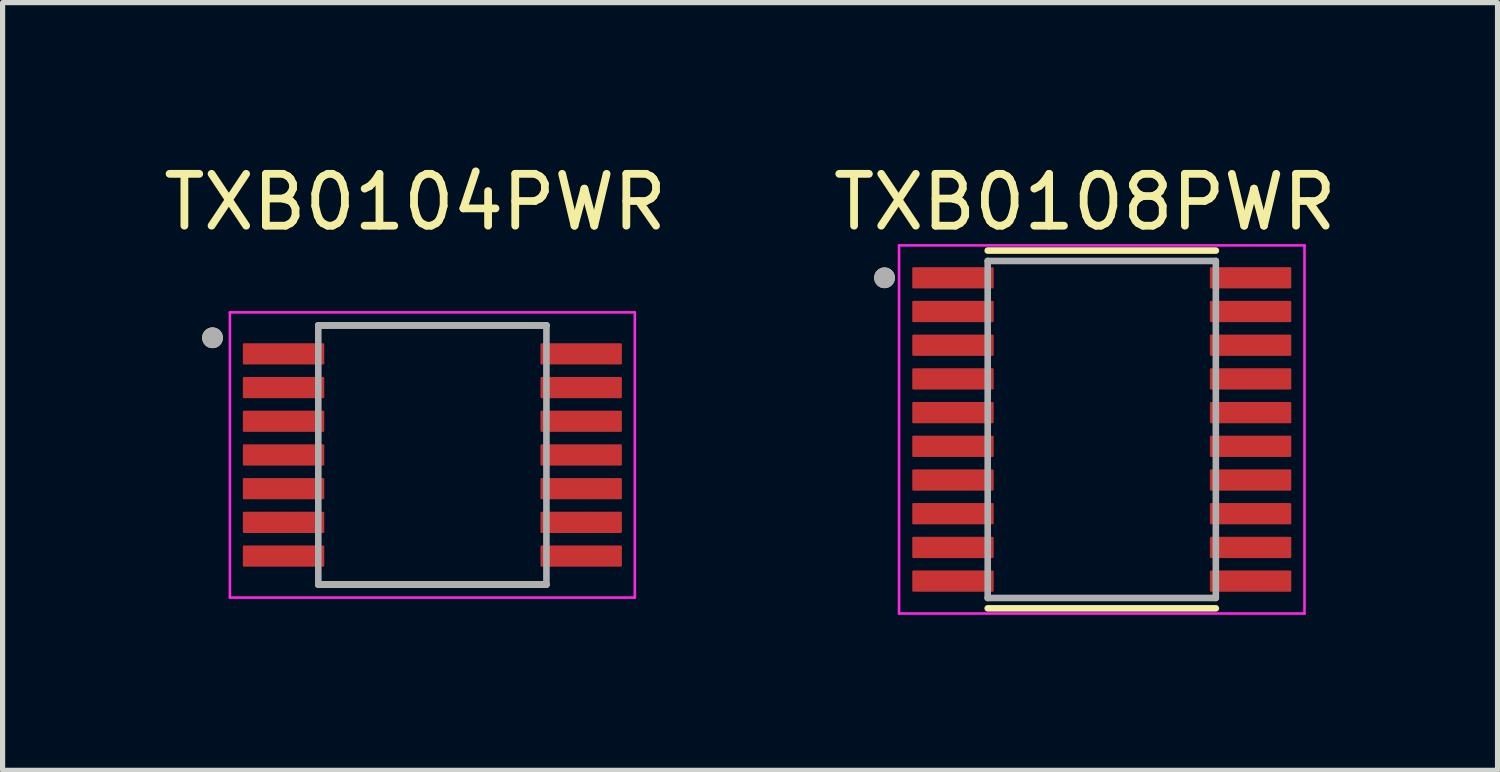
<source format=kicad_pcb>
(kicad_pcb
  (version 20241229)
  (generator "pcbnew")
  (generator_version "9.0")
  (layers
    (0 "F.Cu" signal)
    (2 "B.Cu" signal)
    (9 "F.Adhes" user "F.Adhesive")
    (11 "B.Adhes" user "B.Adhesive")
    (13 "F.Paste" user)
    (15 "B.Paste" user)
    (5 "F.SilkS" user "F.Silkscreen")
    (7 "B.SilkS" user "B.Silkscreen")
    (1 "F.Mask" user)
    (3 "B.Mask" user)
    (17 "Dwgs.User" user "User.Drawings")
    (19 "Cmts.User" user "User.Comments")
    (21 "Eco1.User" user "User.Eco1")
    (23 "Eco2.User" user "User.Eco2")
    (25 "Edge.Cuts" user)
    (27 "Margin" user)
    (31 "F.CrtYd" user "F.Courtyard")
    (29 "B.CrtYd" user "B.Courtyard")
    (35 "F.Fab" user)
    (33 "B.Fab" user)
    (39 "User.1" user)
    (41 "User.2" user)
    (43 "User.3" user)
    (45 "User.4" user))
  (footprint "TXB0108PWR"
    (layer "F.Cu")
    (at 18.2 5.233)
    (property "Reference" "TXB0108PWR" (at -0.325 -4.385 0) (layer "F.SilkS") (effects (font (size 1 1) (thickness 0.15))))
    (attr smd)
    (fp_line (start -2.2 -3.45) (end 2.2 -3.45) (stroke (width 0.127) (type solid)) (layer "F.SilkS"))
    (fp_line (start -2.2 3.45) (end 2.2 3.45) (stroke (width 0.127) (type solid)) (layer "F.SilkS"))
    (fp_circle (center -4.19 -2.925) (end -4.09 -2.925) (stroke (width 0.2) (type solid)) (fill no) (layer "F.SilkS"))
    (fp_line (start -3.91 -3.55) (end -3.91 3.55) (stroke (width 0.05) (type solid)) (layer "F.CrtYd"))
    (fp_line (start -3.91 -3.55) (end 3.91 -3.55) (stroke (width 0.05) (type solid)) (layer "F.CrtYd"))
    (fp_line (start -3.91 3.55) (end 3.91 3.55) (stroke (width 0.05) (type solid)) (layer "F.CrtYd"))
    (fp_line (start 3.91 -3.55) (end 3.91 3.55) (stroke (width 0.05) (type solid)) (layer "F.CrtYd"))
    (fp_line (start -2.2 -3.25) (end -2.2 3.25) (stroke (width 0.127) (type solid)) (layer "F.Fab"))
    (fp_line (start -2.2 -3.25) (end 2.2 -3.25) (stroke (width 0.127) (type solid)) (layer "F.Fab"))
    (fp_line (start -2.2 3.25) (end 2.2 3.25) (stroke (width 0.127) (type solid)) (layer "F.Fab"))
    (fp_line (start 2.2 -3.25) (end 2.2 3.25) (stroke (width 0.127) (type solid)) (layer "F.Fab"))
    (fp_circle (center -4.19 -2.925) (end -4.09 -2.925) (stroke (width 0.2) (type solid)) (fill no) (layer "F.Fab"))
    (pad "1" smd roundrect (at -2.87 -2.925) (size 1.57 0.41) (layers "F.Cu" "F.Mask" "F.Paste") (roundrect_rratio 0.05))
    (pad "2" smd roundrect (at -2.87 -2.275) (size 1.57 0.41) (layers "F.Cu" "F.Mask" "F.Paste") (roundrect_rratio 0.05))
    (pad "3" smd roundrect (at -2.87 -1.625) (size 1.57 0.41) (layers "F.Cu" "F.Mask" "F.Paste") (roundrect_rratio 0.05))
    (pad "4" smd roundrect (at -2.87 -0.975) (size 1.57 0.41) (layers "F.Cu" "F.Mask" "F.Paste") (roundrect_rratio 0.05))
    (pad "5" smd roundrect (at -2.87 -0.325) (size 1.57 0.41) (layers "F.Cu" "F.Mask" "F.Paste") (roundrect_rratio 0.05))
    (pad "6" smd roundrect (at -2.87 0.325) (size 1.57 0.41) (layers "F.Cu" "F.Mask" "F.Paste") (roundrect_rratio 0.05))
    (pad "7" smd roundrect (at -2.87 0.975) (size 1.57 0.41) (layers "F.Cu" "F.Mask" "F.Paste") (roundrect_rratio 0.05))
    (pad "8" smd roundrect (at -2.87 1.625) (size 1.57 0.41) (layers "F.Cu" "F.Mask" "F.Paste") (roundrect_rratio 0.05))
    (pad "9" smd roundrect (at -2.87 2.275) (size 1.57 0.41) (layers "F.Cu" "F.Mask" "F.Paste") (roundrect_rratio 0.05))
    (pad "10" smd roundrect (at -2.87 2.925) (size 1.57 0.41) (layers "F.Cu" "F.Mask" "F.Paste") (roundrect_rratio 0.05))
    (pad "11" smd roundrect (at 2.87 2.925) (size 1.57 0.41) (layers "F.Cu" "F.Mask" "F.Paste") (roundrect_rratio 0.05))
    (pad "12" smd roundrect (at 2.87 2.275) (size 1.57 0.41) (layers "F.Cu" "F.Mask" "F.Paste") (roundrect_rratio 0.05))
    (pad "13" smd roundrect (at 2.87 1.625) (size 1.57 0.41) (layers "F.Cu" "F.Mask" "F.Paste") (roundrect_rratio 0.05))
    (pad "14" smd roundrect (at 2.87 0.975) (size 1.57 0.41) (layers "F.Cu" "F.Mask" "F.Paste") (roundrect_rratio 0.05))
    (pad "15" smd roundrect (at 2.87 0.325) (size 1.57 0.41) (layers "F.Cu" "F.Mask" "F.Paste") (roundrect_rratio 0.05))
    (pad "16" smd roundrect (at 2.87 -0.325) (size 1.57 0.41) (layers "F.Cu" "F.Mask" "F.Paste") (roundrect_rratio 0.05))
    (pad "17" smd roundrect (at 2.87 -0.975) (size 1.57 0.41) (layers "F.Cu" "F.Mask" "F.Paste") (roundrect_rratio 0.05))
    (pad "18" smd roundrect (at 2.87 -1.625) (size 1.57 0.41) (layers "F.Cu" "F.Mask" "F.Paste") (roundrect_rratio 0.05))
    (pad "19" smd roundrect (at 2.87 -2.275) (size 1.57 0.41) (layers "F.Cu" "F.Mask" "F.Paste") (roundrect_rratio 0.05))
    (pad "20" smd roundrect (at 2.87 -2.925) (size 1.57 0.41) (layers "F.Cu" "F.Mask" "F.Paste") (roundrect_rratio 0.05)))
  (footprint "TXB0104PWR"
    (layer "F.Cu")
    (at 5.289 5.725)
    (property "Reference" "TXB0104PWR" (at -0.33 -4.877 0) (layer "F.SilkS") (effects (font (size 1 1) (thickness 0.15))))
    (attr smd)
    (fp_line (start -2.2 -2.5) (end 2.2 -2.5) (stroke (width 0.127) (type solid)) (layer "F.SilkS"))
    (fp_line (start -2.2 2.5) (end 2.2 2.5) (stroke (width 0.127) (type solid)) (layer "F.SilkS"))
    (fp_circle (center -4.24 -2.26) (end -4.14 -2.26) (stroke (width 0.2) (type solid)) (fill no) (layer "F.SilkS"))
    (fp_line (start -3.905 -2.75) (end -3.905 2.75) (stroke (width 0.05) (type solid)) (layer "F.CrtYd"))
    (fp_line (start -3.905 -2.75) (end 3.905 -2.75) (stroke (width 0.05) (type solid)) (layer "F.CrtYd"))
    (fp_line (start -3.905 2.75) (end 3.905 2.75) (stroke (width 0.05) (type solid)) (layer "F.CrtYd"))
    (fp_line (start 3.905 -2.75) (end 3.905 2.75) (stroke (width 0.05) (type solid)) (layer "F.CrtYd"))
    (fp_line (start -2.2 -2.5) (end -2.2 2.5) (stroke (width 0.127) (type solid)) (layer "F.Fab"))
    (fp_line (start -2.2 -2.5) (end 2.2 -2.5) (stroke (width 0.127) (type solid)) (layer "F.Fab"))
    (fp_line (start -2.2 2.5) (end 2.2 2.5) (stroke (width 0.127) (type solid)) (layer "F.Fab"))
    (fp_line (start 2.2 -2.5) (end 2.2 2.5) (stroke (width 0.127) (type solid)) (layer "F.Fab"))
    (fp_circle (center -4.24 -2.26) (end -4.14 -2.26) (stroke (width 0.2) (type solid)) (fill no) (layer "F.Fab"))
    (pad "1" smd roundrect (at -2.87 -1.95) (size 1.57 0.41) (layers "F.Cu" "F.Mask" "F.Paste") (roundrect_rratio 0.05))
    (pad "2" smd roundrect (at -2.87 -1.3) (size 1.57 0.41) (layers "F.Cu" "F.Mask" "F.Paste") (roundrect_rratio 0.05))
    (pad "3" smd roundrect (at -2.87 -0.65) (size 1.57 0.41) (layers "F.Cu" "F.Mask" "F.Paste") (roundrect_rratio 0.05))
    (pad "4" smd roundrect (at -2.87 0) (size 1.57 0.41) (layers "F.Cu" "F.Mask" "F.Paste") (roundrect_rratio 0.05))
    (pad "5" smd roundrect (at -2.87 0.65) (size 1.57 0.41) (layers "F.Cu" "F.Mask" "F.Paste") (roundrect_rratio 0.05))
    (pad "6" smd roundrect (at -2.87 1.3) (size 1.57 0.41) (layers "F.Cu" "F.Mask" "F.Paste") (roundrect_rratio 0.05))
    (pad "7" smd roundrect (at -2.87 1.95) (size 1.57 0.41) (layers "F.Cu" "F.Mask" "F.Paste") (roundrect_rratio 0.05))
    (pad "8" smd roundrect (at 2.87 1.95) (size 1.57 0.41) (layers "F.Cu" "F.Mask" "F.Paste") (roundrect_rratio 0.05))
    (pad "9" smd roundrect (at 2.87 1.3) (size 1.57 0.41) (layers "F.Cu" "F.Mask" "F.Paste") (roundrect_rratio 0.05))
    (pad "10" smd roundrect (at 2.87 0.65) (size 1.57 0.41) (layers "F.Cu" "F.Mask" "F.Paste") (roundrect_rratio 0.05))
    (pad "11" smd roundrect (at 2.87 0) (size 1.57 0.41) (layers "F.Cu" "F.Mask" "F.Paste") (roundrect_rratio 0.05))
    (pad "12" smd roundrect (at 2.87 -0.65) (size 1.57 0.41) (layers "F.Cu" "F.Mask" "F.Paste") (roundrect_rratio 0.05))
    (pad "13" smd roundrect (at 2.87 -1.3) (size 1.57 0.41) (layers "F.Cu" "F.Mask" "F.Paste") (roundrect_rratio 0.05))
    (pad "14" smd roundrect (at 2.87 -1.95) (size 1.57 0.41) (layers "F.Cu" "F.Mask" "F.Paste") (roundrect_rratio 0.05)))
  (gr_rect
    (start -3 -3)
    (end 25.833 11.808)
    (stroke (width 0.1) (type default))
    (fill no)
    (layer "Edge.Cuts")))
</source>
